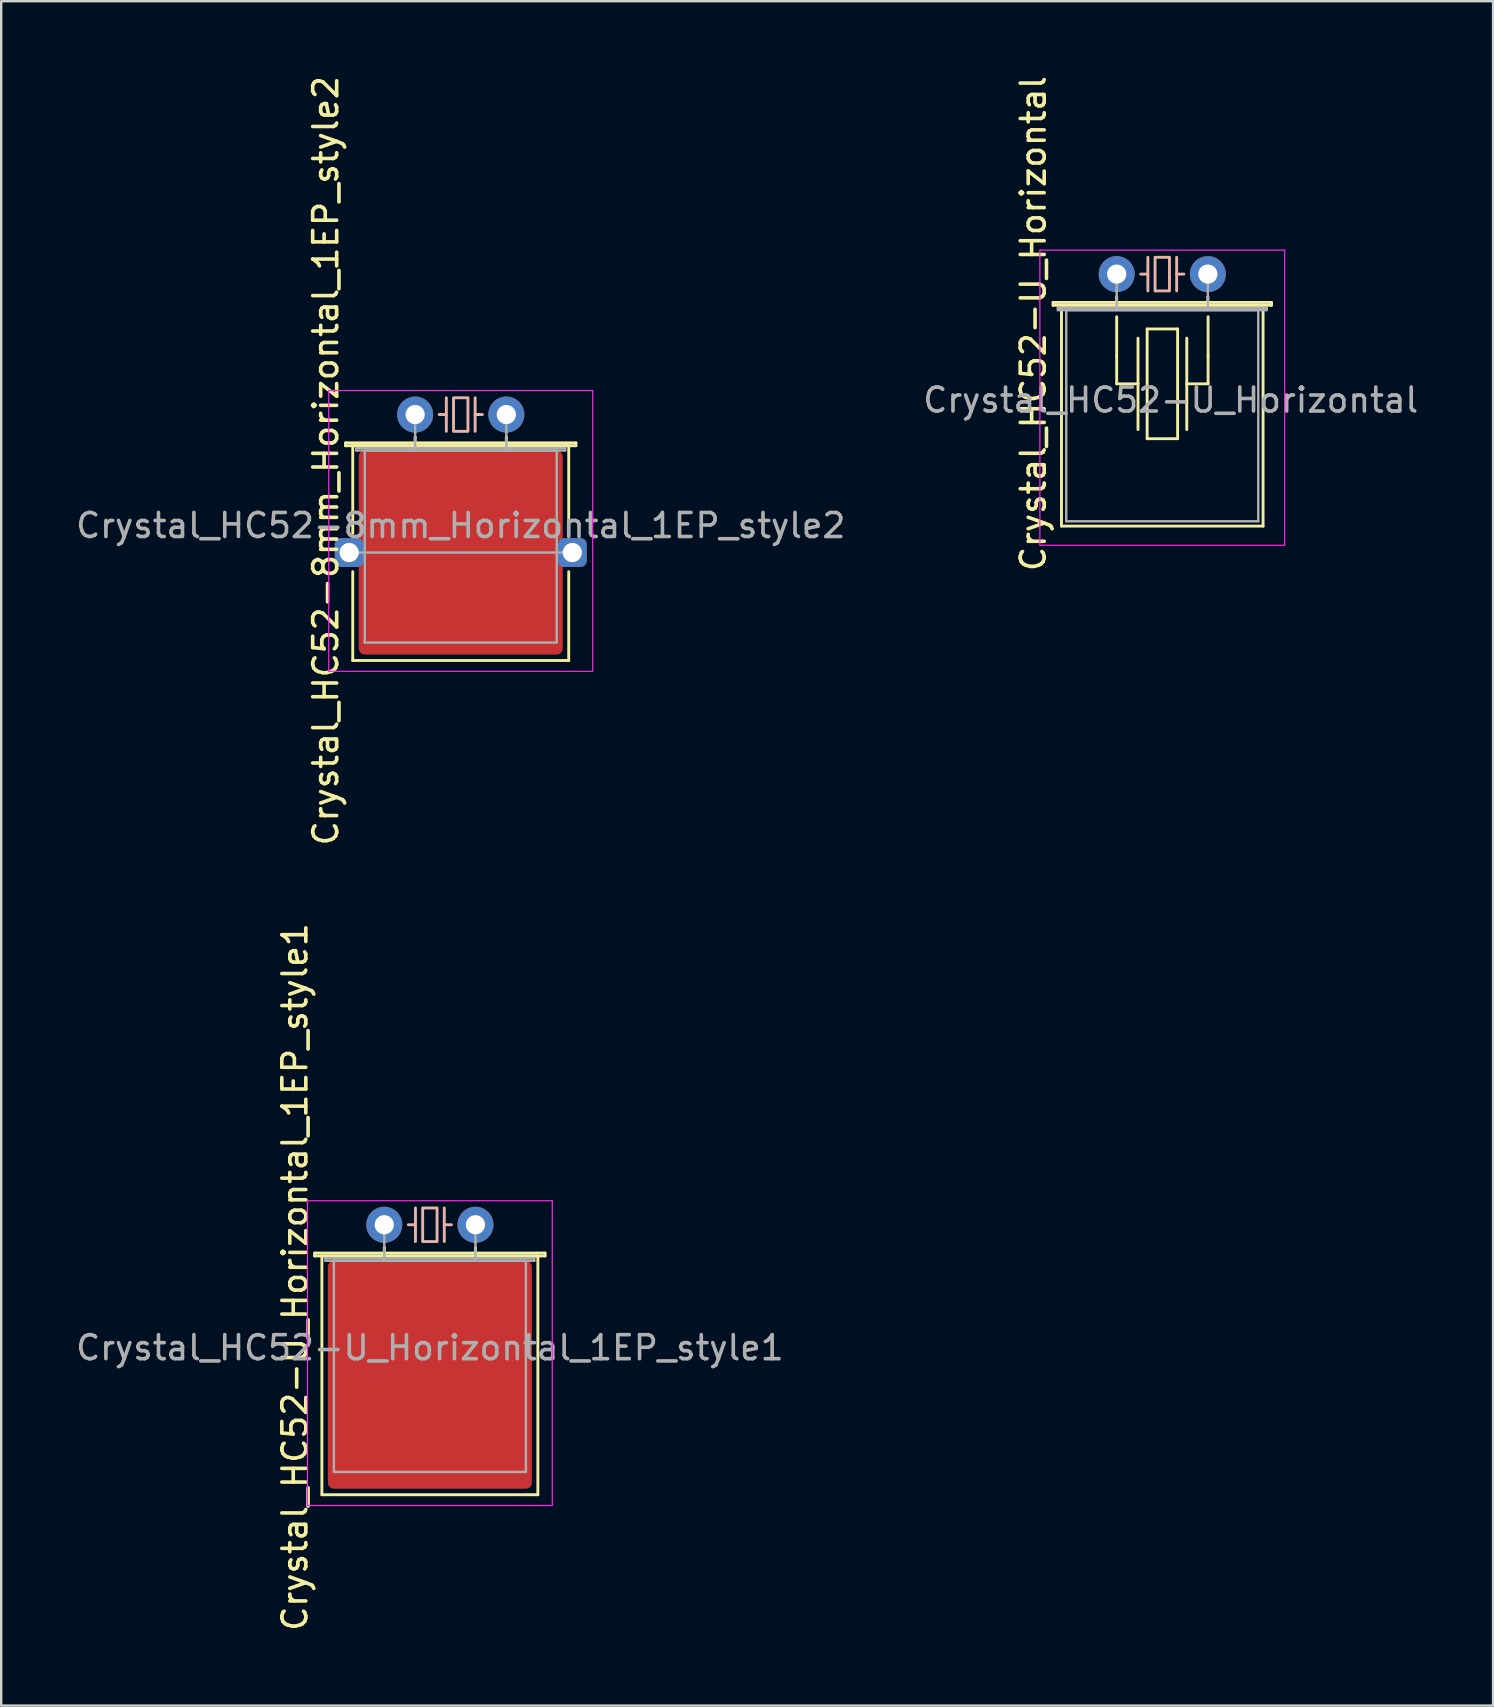
<source format=kicad_pcb>
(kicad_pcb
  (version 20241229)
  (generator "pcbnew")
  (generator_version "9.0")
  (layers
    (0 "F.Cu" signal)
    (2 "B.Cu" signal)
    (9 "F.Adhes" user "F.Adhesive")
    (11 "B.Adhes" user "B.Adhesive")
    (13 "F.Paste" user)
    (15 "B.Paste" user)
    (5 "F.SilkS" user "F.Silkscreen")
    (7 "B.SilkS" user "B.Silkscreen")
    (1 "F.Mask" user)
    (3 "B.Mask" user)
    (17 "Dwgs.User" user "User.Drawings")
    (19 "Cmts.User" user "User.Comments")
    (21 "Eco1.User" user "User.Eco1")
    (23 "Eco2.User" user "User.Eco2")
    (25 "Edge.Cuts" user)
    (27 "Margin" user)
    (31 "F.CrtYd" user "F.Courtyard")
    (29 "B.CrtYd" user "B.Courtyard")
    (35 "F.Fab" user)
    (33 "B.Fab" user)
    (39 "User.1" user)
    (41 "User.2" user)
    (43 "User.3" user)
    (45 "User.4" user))
  (footprint "Crystal_HC52-U_Horizontal"
    (layer "F.Cu")
    (at 43.482 8.372)
    (property "Reference" "Crystal_HC52-U_Horizontal" (at -3.475 2.062 90) (layer "F.SilkS") (effects (font (size 1 1) (thickness 0.15))))
    (attr through_hole)
    (fp_line (start -2.65 1.18) (end 6.45 1.18) (stroke (width 0.12) (type solid)) (layer "F.SilkS"))
    (fp_line (start -2.65 1.3) (end -2.65 1.18) (stroke (width 0.12) (type solid)) (layer "F.SilkS"))
    (fp_line (start -2.3 1.3) (end -2.3 10.5) (stroke (width 0.12) (type solid)) (layer "F.SilkS"))
    (fp_line (start -2.3 10.5) (end 6.1 10.5) (stroke (width 0.12) (type solid)) (layer "F.SilkS"))
    (fp_line (start 0 0.95) (end 0 0.95) (stroke (width 0.12) (type solid)) (layer "F.SilkS"))
    (fp_line (start 0 1.3) (end 0 0.95) (stroke (width 0.12) (type solid)) (layer "F.SilkS"))
    (fp_line (start 0 1.778) (end 0 3.429) (stroke (width 0.12) (type solid)) (layer "F.SilkS"))
    (fp_line (start 0 3.429) (end 0 4.572) (stroke (width 0.12) (type solid)) (layer "F.SilkS"))
    (fp_line (start 0 4.572) (end 0.889 4.572) (stroke (width 0.12) (type solid)) (layer "F.SilkS"))
    (fp_line (start 0.889 4.572) (end 0.889 2.667) (stroke (width 0.12) (type solid)) (layer "F.SilkS"))
    (fp_line (start 0.889 6.477) (end 0.889 4.572) (stroke (width 0.12) (type solid)) (layer "F.SilkS"))
    (fp_line (start 1.27 2.286) (end 1.27 6.858) (stroke (width 0.12) (type solid)) (layer "F.SilkS"))
    (fp_line (start 1.27 6.858) (end 2.54 6.858) (stroke (width 0.12) (type solid)) (layer "F.SilkS"))
    (fp_line (start 2.54 2.286) (end 1.27 2.286) (stroke (width 0.12) (type solid)) (layer "F.SilkS"))
    (fp_line (start 2.54 6.858) (end 2.54 2.286) (stroke (width 0.12) (type solid)) (layer "F.SilkS"))
    (fp_line (start 2.921 2.667) (end 2.921 4.572) (stroke (width 0.12) (type solid)) (layer "F.SilkS"))
    (fp_line (start 2.921 4.572) (end 2.921 6.477) (stroke (width 0.12) (type solid)) (layer "F.SilkS"))
    (fp_line (start 3.8 0.95) (end 3.8 0.95) (stroke (width 0.12) (type solid)) (layer "F.SilkS"))
    (fp_line (start 3.8 1.3) (end 3.8 0.95) (stroke (width 0.12) (type solid)) (layer "F.SilkS"))
    (fp_line (start 3.81 1.778) (end 3.81 3.429) (stroke (width 0.12) (type solid)) (layer "F.SilkS"))
    (fp_line (start 3.81 3.429) (end 3.81 4.572) (stroke (width 0.12) (type solid)) (layer "F.SilkS"))
    (fp_line (start 3.81 4.572) (end 2.921 4.572) (stroke (width 0.12) (type solid)) (layer "F.SilkS"))
    (fp_line (start 6.1 1.3) (end -2.3 1.3) (stroke (width 0.12) (type solid)) (layer "F.SilkS"))
    (fp_line (start 6.1 10.5) (end 6.1 1.3) (stroke (width 0.12) (type solid)) (layer "F.SilkS"))
    (fp_line (start 6.45 1.18) (end 6.45 1.3) (stroke (width 0.12) (type solid)) (layer "F.SilkS"))
    (fp_line (start 6.45 1.3) (end -2.65 1.3) (stroke (width 0.12) (type solid)) (layer "F.SilkS"))
    (fp_line (start 1.3 -0.7) (end 1.3 0.7) (stroke (width 0.12) (type solid)) (layer "B.SilkS"))
    (fp_line (start 1.3 0) (end 1 0) (stroke (width 0.12) (type solid)) (layer "B.SilkS"))
    (fp_line (start 2.5 -0.7) (end 2.5 0.7) (stroke (width 0.12) (type solid)) (layer "B.SilkS"))
    (fp_line (start 2.5 0) (end 2.8 0) (stroke (width 0.12) (type solid)) (layer "B.SilkS"))
    (fp_rect (start 1.6 -0.7) (end 2.2 0.7) (stroke (width 0.12) (type solid)) (fill no) (layer "B.SilkS"))
    (fp_line (start -3.2 -1) (end -3.2 11.3) (stroke (width 0.05) (type solid)) (layer "F.CrtYd"))
    (fp_line (start -3.2 11.3) (end 7 11.3) (stroke (width 0.05) (type solid)) (layer "F.CrtYd"))
    (fp_line (start 7 -1) (end -3.2 -1) (stroke (width 0.05) (type solid)) (layer "F.CrtYd"))
    (fp_line (start 7 11.3) (end 7 -1) (stroke (width 0.05) (type solid)) (layer "F.CrtYd"))
    (fp_line (start -2.45 1.4) (end 6.25 1.4) (stroke (width 0.1) (type solid)) (layer "F.Fab"))
    (fp_line (start -2.45 1.5) (end -2.45 1.4) (stroke (width 0.1) (type solid)) (layer "F.Fab"))
    (fp_line (start -2.1 1.5) (end -2.1 10.3) (stroke (width 0.1) (type solid)) (layer "F.Fab"))
    (fp_line (start -2.1 10.3) (end 5.9 10.3) (stroke (width 0.1) (type solid)) (layer "F.Fab"))
    (fp_line (start 0 0.75) (end 0 0) (stroke (width 0.1) (type solid)) (layer "F.Fab"))
    (fp_line (start 0 1.5) (end 0 0.75) (stroke (width 0.1) (type solid)) (layer "F.Fab"))
    (fp_line (start 3.8 0.75) (end 3.8 0) (stroke (width 0.1) (type solid)) (layer "F.Fab"))
    (fp_line (start 3.8 1.5) (end 3.8 0.75) (stroke (width 0.1) (type solid)) (layer "F.Fab"))
    (fp_line (start 5.9 1.5) (end -2.1 1.5) (stroke (width 0.1) (type solid)) (layer "F.Fab"))
    (fp_line (start 5.9 10.3) (end 5.9 1.5) (stroke (width 0.1) (type solid)) (layer "F.Fab"))
    (fp_line (start 6.25 1.4) (end 6.25 1.5) (stroke (width 0.1) (type solid)) (layer "F.Fab"))
    (fp_line (start 6.25 1.5) (end -2.45 1.5) (stroke (width 0.1) (type solid)) (layer "F.Fab"))
    (fp_text user "${REFERENCE}" (at 2.25 5.25 0) (layer "F.Fab") (effects (font (size 1 1) (thickness 0.15))))
    (pad "1" thru_hole circle (at 0 0) (size 1.5 1.5) (drill 0.8) (layers "*.Cu" "*.Mask"))
    (pad "2" thru_hole circle (at 3.8 0) (size 1.5 1.5) (drill 0.8) (layers "*.Cu" "*.Mask")))
  (footprint "Crystal_HC52-U_Horizontal_1EP_style1"
    (layer "F.Cu")
    (at 12.963 47.986)
    (property "Reference" "Crystal_HC52-U_Horizontal_1EP_style1" (at -3.725 2.175 90) (layer "F.SilkS") (effects (font (size 1 1) (thickness 0.15))))
    (attr through_hole)
    (fp_line (start -2.9 1.18) (end 6.7 1.18) (stroke (width 0.12) (type solid)) (layer "F.SilkS"))
    (fp_line (start -2.9 1.3) (end -2.9 1.18) (stroke (width 0.12) (type solid)) (layer "F.SilkS"))
    (fp_line (start -2.6 1.3) (end -2.6 11.25) (stroke (width 0.12) (type solid)) (layer "F.SilkS"))
    (fp_line (start -2.6 11.25) (end 6.4 11.25) (stroke (width 0.12) (type solid)) (layer "F.SilkS"))
    (fp_line (start 0 0.95) (end 0 0.95) (stroke (width 0.12) (type solid)) (layer "F.SilkS"))
    (fp_line (start 0 1.3) (end 0 0.95) (stroke (width 0.12) (type solid)) (layer "F.SilkS"))
    (fp_line (start 3.8 0.95) (end 3.8 0.95) (stroke (width 0.12) (type solid)) (layer "F.SilkS"))
    (fp_line (start 3.8 1.3) (end 3.8 0.95) (stroke (width 0.12) (type solid)) (layer "F.SilkS"))
    (fp_line (start 6.35 1.3) (end -2.55 1.3) (stroke (width 0.12) (type solid)) (layer "F.SilkS"))
    (fp_line (start 6.4 11.25) (end 6.4 1.3) (stroke (width 0.12) (type solid)) (layer "F.SilkS"))
    (fp_line (start 6.7 1.18) (end 6.7 1.3) (stroke (width 0.12) (type solid)) (layer "F.SilkS"))
    (fp_line (start 6.7 1.3) (end -2.9 1.3) (stroke (width 0.12) (type solid)) (layer "F.SilkS"))
    (fp_line (start 1.3 -0.7) (end 1.3 0.7) (stroke (width 0.12) (type solid)) (layer "B.SilkS"))
    (fp_line (start 1.3 0) (end 1 0) (stroke (width 0.12) (type solid)) (layer "B.SilkS"))
    (fp_line (start 2.5 -0.7) (end 2.5 0.7) (stroke (width 0.12) (type solid)) (layer "B.SilkS"))
    (fp_line (start 2.5 0) (end 2.8 0) (stroke (width 0.12) (type solid)) (layer "B.SilkS"))
    (fp_rect (start 1.6 -0.7) (end 2.2 0.7) (stroke (width 0.12) (type solid)) (fill no) (layer "B.SilkS"))
    (fp_line (start -3.2 -1) (end -3.2 11.7) (stroke (width 0.05) (type solid)) (layer "F.CrtYd"))
    (fp_line (start -3.2 11.7) (end 7 11.7) (stroke (width 0.05) (type solid)) (layer "F.CrtYd"))
    (fp_line (start 7 -1) (end -3.2 -1) (stroke (width 0.05) (type solid)) (layer "F.CrtYd"))
    (fp_line (start 7 11.7) (end 7 -1) (stroke (width 0.05) (type solid)) (layer "F.CrtYd"))
    (fp_line (start -2.45 1.4) (end 6.25 1.4) (stroke (width 0.1) (type solid)) (layer "F.Fab"))
    (fp_line (start -2.45 1.5) (end -2.45 1.4) (stroke (width 0.1) (type solid)) (layer "F.Fab"))
    (fp_line (start -2.1 1.5) (end -2.1 10.3) (stroke (width 0.1) (type solid)) (layer "F.Fab"))
    (fp_line (start -2.1 10.3) (end 5.9 10.3) (stroke (width 0.1) (type solid)) (layer "F.Fab"))
    (fp_line (start 0 0.75) (end 0 0) (stroke (width 0.1) (type solid)) (layer "F.Fab"))
    (fp_line (start 0 1.5) (end 0 0.75) (stroke (width 0.1) (type solid)) (layer "F.Fab"))
    (fp_line (start 3.8 0.75) (end 3.8 0) (stroke (width 0.1) (type solid)) (layer "F.Fab"))
    (fp_line (start 3.8 1.5) (end 3.8 0.75) (stroke (width 0.1) (type solid)) (layer "F.Fab"))
    (fp_line (start 5.9 1.5) (end -2.1 1.5) (stroke (width 0.1) (type solid)) (layer "F.Fab"))
    (fp_line (start 5.9 10.3) (end 5.9 1.5) (stroke (width 0.1) (type solid)) (layer "F.Fab"))
    (fp_line (start 6.25 1.4) (end 6.25 1.5) (stroke (width 0.1) (type solid)) (layer "F.Fab"))
    (fp_line (start 6.25 1.5) (end -2.45 1.5) (stroke (width 0.1) (type solid)) (layer "F.Fab"))
    (fp_text user "${REFERENCE}" (at 1.9 5.125 0) (layer "F.Fab") (effects (font (size 1 1) (thickness 0.15))))
    (pad "1" thru_hole circle (at 0 0) (size 1.5 1.5) (drill 0.8) (layers "*.Cu" "*.Mask"))
    (pad "2" thru_hole circle (at 3.8 0) (size 1.5 1.5) (drill 0.8) (layers "*.Cu" "*.Mask"))
    (pad "3" smd roundrect (at 1.9 6.25) (size 8.5 9.5) (layers "F.Cu" "F.Mask" "F.Paste") (roundrect_rratio 0.029)))
  (footprint "Crystal_HC52-8mm_Horizontal_1EP_style2"
    (layer "F.Cu")
    (at 14.249 14.224)
    (property "Reference" "Crystal_HC52-8mm_Horizontal_1EP_style2" (at -3.725 1.925 90) (layer "F.SilkS") (effects (font (size 1 1) (thickness 0.15))))
    (attr through_hole)
    (fp_line (start -2.9 1.18) (end 6.7 1.18) (stroke (width 0.12) (type solid)) (layer "F.SilkS"))
    (fp_line (start -2.9 1.3) (end -2.9 1.18) (stroke (width 0.12) (type solid)) (layer "F.SilkS"))
    (fp_line (start -2.6 4.95) (end -2.6 1.3) (stroke (width 0.12) (type solid)) (layer "F.SilkS"))
    (fp_line (start -2.6 6.55) (end -2.6 10.25) (stroke (width 0.12) (type solid)) (layer "F.SilkS"))
    (fp_line (start -2.6 10.25) (end 6.35 10.25) (stroke (width 0.12) (type solid)) (layer "F.SilkS"))
    (fp_line (start -2.55 1.3) (end 6.35 1.3) (stroke (width 0.12) (type solid)) (layer "F.SilkS"))
    (fp_line (start 0 0.95) (end 0 0.95) (stroke (width 0.12) (type solid)) (layer "F.SilkS"))
    (fp_line (start 0 1.3) (end 0 0.95) (stroke (width 0.12) (type solid)) (layer "F.SilkS"))
    (fp_line (start 3.8 0.95) (end 3.8 0.95) (stroke (width 0.12) (type solid)) (layer "F.SilkS"))
    (fp_line (start 3.8 1.3) (end 3.8 0.95) (stroke (width 0.12) (type solid)) (layer "F.SilkS"))
    (fp_line (start 6.35 10.25) (end 6.4 10.25) (stroke (width 0.12) (type solid)) (layer "F.SilkS"))
    (fp_line (start 6.4 1.3) (end 6.4 4.95) (stroke (width 0.12) (type solid)) (layer "F.SilkS"))
    (fp_line (start 6.4 10.25) (end 6.4 6.55) (stroke (width 0.12) (type solid)) (layer "F.SilkS"))
    (fp_line (start 6.7 1.18) (end 6.7 1.3) (stroke (width 0.12) (type solid)) (layer "F.SilkS"))
    (fp_line (start 6.7 1.3) (end -2.9 1.3) (stroke (width 0.12) (type solid)) (layer "F.SilkS"))
    (fp_line (start 1.3 -0.7) (end 1.3 0.7) (stroke (width 0.12) (type solid)) (layer "B.SilkS"))
    (fp_line (start 1.3 0) (end 1 0) (stroke (width 0.12) (type solid)) (layer "B.SilkS"))
    (fp_line (start 2.5 -0.7) (end 2.5 0.7) (stroke (width 0.12) (type solid)) (layer "B.SilkS"))
    (fp_line (start 2.5 0) (end 2.8 0) (stroke (width 0.12) (type solid)) (layer "B.SilkS"))
    (fp_rect (start 1.6 -0.7) (end 2.2 0.7) (stroke (width 0.12) (type solid)) (fill no) (layer "B.SilkS"))
    (fp_line (start -3.6 -1) (end -3.6 10.7) (stroke (width 0.05) (type solid)) (layer "F.CrtYd"))
    (fp_line (start -3.6 10.7) (end 7.4 10.7) (stroke (width 0.05) (type solid)) (layer "F.CrtYd"))
    (fp_line (start 7.4 -1) (end -3.6 -1) (stroke (width 0.05) (type solid)) (layer "F.CrtYd"))
    (fp_line (start 7.4 10.7) (end 7.4 -1) (stroke (width 0.05) (type solid)) (layer "F.CrtYd"))
    (fp_line (start -2.75 5.75) (end 6.55 5.75) (stroke (width 0.1) (type solid)) (layer "F.Fab"))
    (fp_line (start -2.45 1.4) (end 6.25 1.4) (stroke (width 0.1) (type solid)) (layer "F.Fab"))
    (fp_line (start -2.45 1.5) (end -2.45 1.4) (stroke (width 0.1) (type solid)) (layer "F.Fab"))
    (fp_line (start -2.1 1.5) (end -2.1 9.5) (stroke (width 0.1) (type solid)) (layer "F.Fab"))
    (fp_line (start -2.1 9.5) (end 5.9 9.5) (stroke (width 0.1) (type solid)) (layer "F.Fab"))
    (fp_line (start 0 0.75) (end 0 0) (stroke (width 0.1) (type solid)) (layer "F.Fab"))
    (fp_line (start 0 1.5) (end 0 0.75) (stroke (width 0.1) (type solid)) (layer "F.Fab"))
    (fp_line (start 3.8 0.75) (end 3.8 0) (stroke (width 0.1) (type solid)) (layer "F.Fab"))
    (fp_line (start 3.8 1.5) (end 3.8 0.75) (stroke (width 0.1) (type solid)) (layer "F.Fab"))
    (fp_line (start 5.9 1.5) (end -2.1 1.5) (stroke (width 0.1) (type solid)) (layer "F.Fab"))
    (fp_line (start 5.9 9.5) (end 5.9 1.5) (stroke (width 0.1) (type solid)) (layer "F.Fab"))
    (fp_line (start 6.25 1.4) (end 6.25 1.5) (stroke (width 0.1) (type solid)) (layer "F.Fab"))
    (fp_line (start 6.25 1.5) (end -2.45 1.5) (stroke (width 0.1) (type solid)) (layer "F.Fab"))
    (fp_text user "${REFERENCE}" (at 1.9 4.625 0) (layer "F.Fab") (effects (font (size 1 1) (thickness 0.15))))
    (pad "1" thru_hole circle (at 0 0) (size 1.5 1.5) (drill 0.8) (layers "*.Cu" "*.Mask"))
    (pad "2" thru_hole circle (at 3.8 0) (size 1.5 1.5) (drill 0.8) (layers "*.Cu" "*.Mask"))
    (pad "3" thru_hole roundrect (at -2.75 5.75) (size 1.2 1.2) (drill 0.8) (layers "*.Cu" "*.Mask") (roundrect_rratio 0.208))
    (pad "3" smd roundrect (at 1.9 5.75) (size 8.5 8.5) (layers "F.Cu" "F.Mask" "F.Paste") (roundrect_rratio 0.029))
    (pad "3" thru_hole roundrect (at 6.55 5.75) (size 1.2 1.2) (drill 0.8) (layers "*.Cu" "*.Mask") (roundrect_rratio 0.208)))
  (gr_rect
    (start -3 -3)
    (end 59.167 68.024)
    (stroke (width 0.1) (type default))
    (fill no)
    (layer "Edge.Cuts")))
</source>
